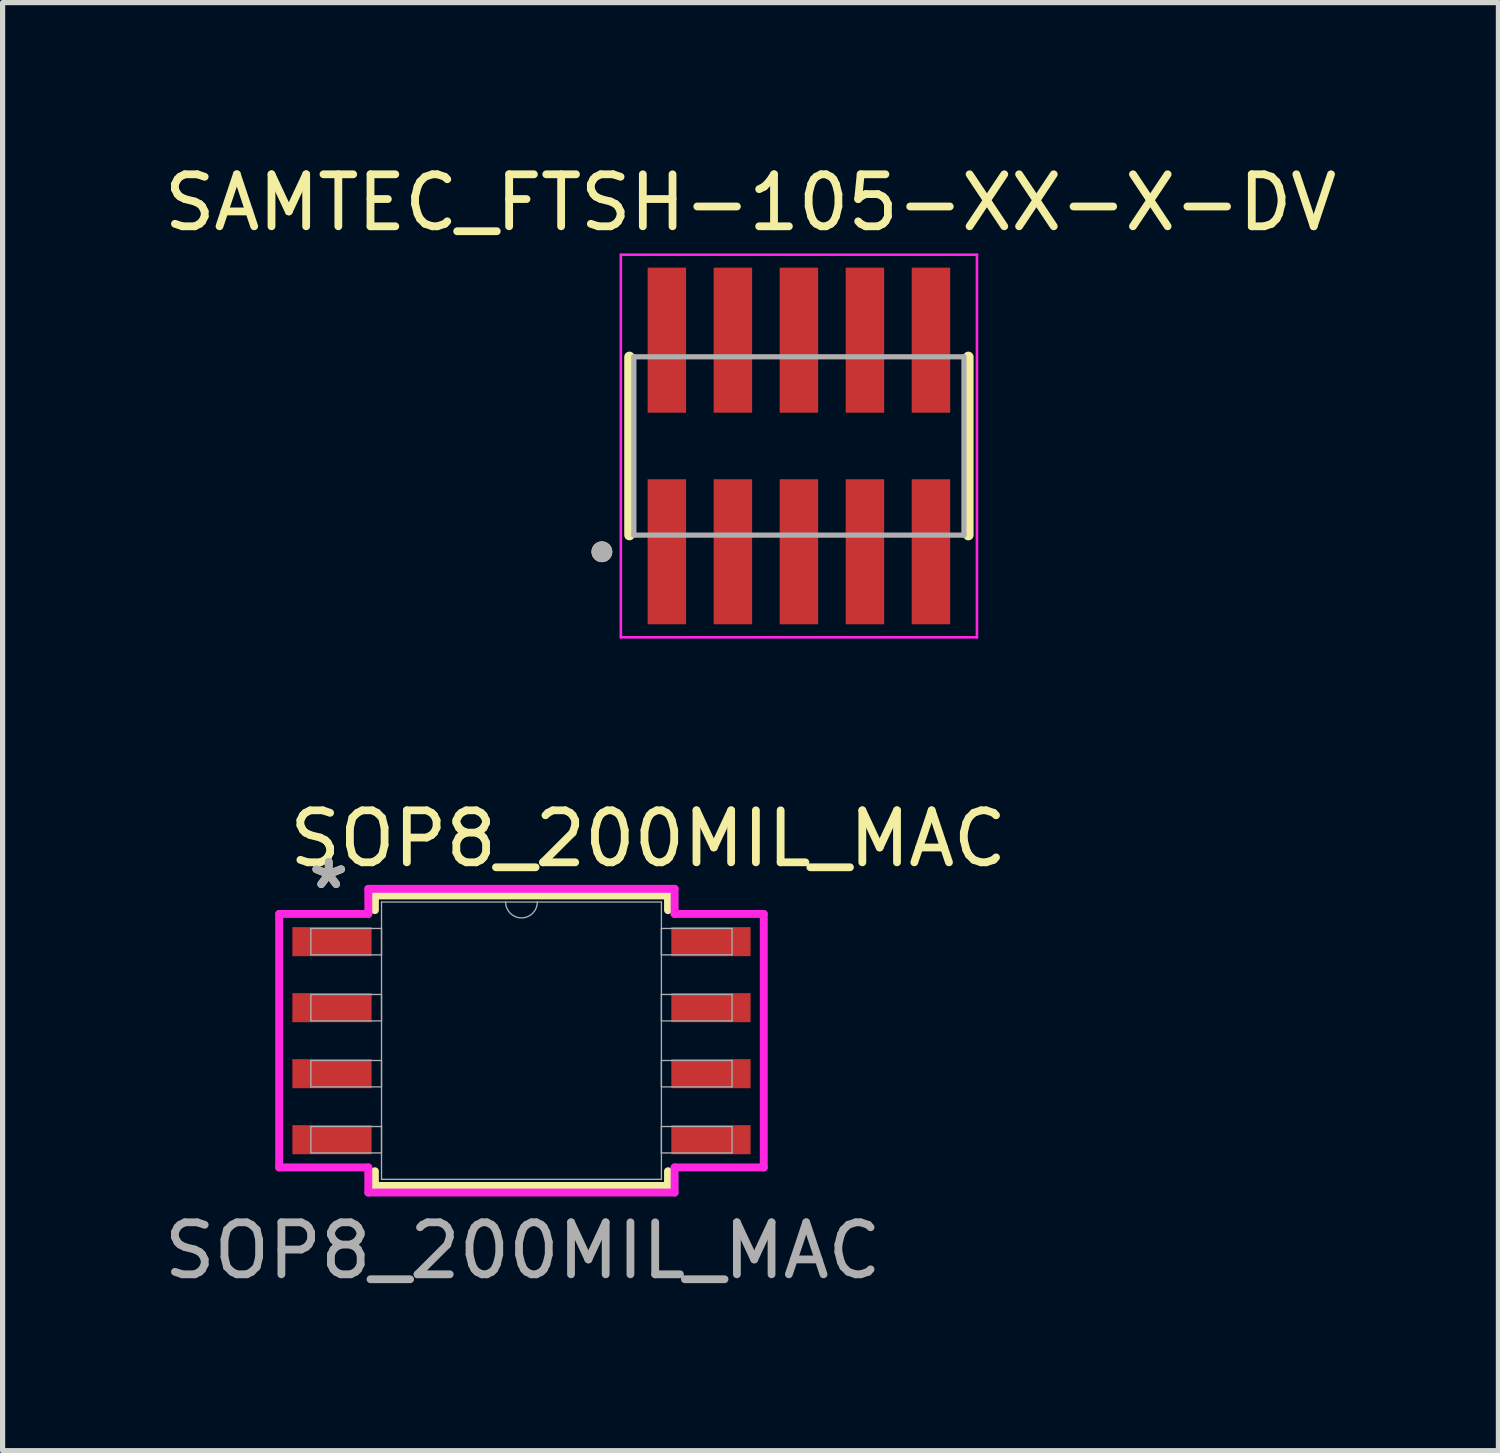
<source format=kicad_pcb>
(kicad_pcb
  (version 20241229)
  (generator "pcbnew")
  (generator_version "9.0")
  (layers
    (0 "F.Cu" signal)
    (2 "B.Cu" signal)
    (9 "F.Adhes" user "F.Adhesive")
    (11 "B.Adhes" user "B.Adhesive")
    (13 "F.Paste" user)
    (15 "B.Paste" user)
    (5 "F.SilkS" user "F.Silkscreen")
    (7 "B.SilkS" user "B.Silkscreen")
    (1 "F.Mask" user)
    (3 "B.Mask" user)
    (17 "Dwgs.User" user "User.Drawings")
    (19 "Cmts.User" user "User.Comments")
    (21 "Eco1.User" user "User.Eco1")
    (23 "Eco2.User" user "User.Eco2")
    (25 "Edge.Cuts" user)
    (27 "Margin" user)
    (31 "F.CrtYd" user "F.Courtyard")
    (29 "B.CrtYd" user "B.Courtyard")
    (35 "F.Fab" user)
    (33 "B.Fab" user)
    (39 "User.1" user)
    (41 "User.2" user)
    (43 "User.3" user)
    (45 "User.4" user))
  (footprint "SAMTEC_FTSH-105-XX-X-DV"
    (layer "F.Cu")
    (at 12.318 5.529)
    (property "Reference" "SAMTEC_FTSH-105-XX-X-DV" (at -0.931 -4.681 0) (layer "F.SilkS") (effects (font (size 1 1) (thickness 0.15))))
    (attr smd)
    (fp_line (start -3.26 -1.715) (end -3.26 1.715) (stroke (width 0.2) (type solid)) (layer "F.SilkS"))
    (fp_line (start 3.26 1.715) (end 3.26 -1.715) (stroke (width 0.2) (type solid)) (layer "F.SilkS"))
    (fp_circle (center -3.79 2.035) (end -3.69 2.035) (stroke (width 0.2) (type solid)) (fill no) (layer "F.SilkS"))
    (fp_line (start -3.425 -3.68) (end 3.425 -3.68) (stroke (width 0.05) (type solid)) (layer "F.CrtYd"))
    (fp_line (start -3.425 3.68) (end -3.425 -3.68) (stroke (width 0.05) (type solid)) (layer "F.CrtYd"))
    (fp_line (start 3.425 -3.68) (end 3.425 3.68) (stroke (width 0.05) (type solid)) (layer "F.CrtYd"))
    (fp_line (start 3.425 3.68) (end -3.425 3.68) (stroke (width 0.05) (type solid)) (layer "F.CrtYd"))
    (fp_line (start -3.175 1.715) (end -3.175 -1.715) (stroke (width 0.1) (type solid)) (layer "F.Fab"))
    (fp_line (start -3.175 1.715) (end 3.175 1.715) (stroke (width 0.1) (type solid)) (layer "F.Fab"))
    (fp_line (start 3.175 -1.715) (end -3.175 -1.715) (stroke (width 0.1) (type solid)) (layer "F.Fab"))
    (fp_line (start 3.175 1.715) (end 3.175 -1.715) (stroke (width 0.1) (type solid)) (layer "F.Fab"))
    (fp_circle (center -3.79 2.035) (end -3.69 2.035) (stroke (width 0.2) (type solid)) (fill no) (layer "F.Fab"))
    (pad "1" smd rect (at -2.54 2.035) (size 0.74 2.79) (layers "F.Cu" "F.Mask" "F.Paste"))
    (pad "2" smd rect (at -2.54 -2.035) (size 0.74 2.79) (layers "F.Cu" "F.Mask" "F.Paste"))
    (pad "3" smd rect (at -1.27 2.035) (size 0.74 2.79) (layers "F.Cu" "F.Mask" "F.Paste"))
    (pad "4" smd rect (at -1.27 -2.035) (size 0.74 2.79) (layers "F.Cu" "F.Mask" "F.Paste"))
    (pad "5" smd rect (at 0 2.035) (size 0.74 2.79) (layers "F.Cu" "F.Mask" "F.Paste"))
    (pad "6" smd rect (at 0 -2.035) (size 0.74 2.79) (layers "F.Cu" "F.Mask" "F.Paste"))
    (pad "7" smd rect (at 1.27 2.035) (size 0.74 2.79) (layers "F.Cu" "F.Mask" "F.Paste"))
    (pad "8" smd rect (at 1.27 -2.035) (size 0.74 2.79) (layers "F.Cu" "F.Mask" "F.Paste"))
    (pad "9" smd rect (at 2.54 2.035) (size 0.74 2.79) (layers "F.Cu" "F.Mask" "F.Paste"))
    (pad "10" smd rect (at 2.54 -2.035) (size 0.74 2.79) (layers "F.Cu" "F.Mask" "F.Paste")))
  (footprint "SOP8_200MIL_MAC"
    (layer "F.Cu")
    (at 6.981 16.969)
    (property "Reference" "SOP8_200MIL_MAC" (at 2.438 -3.886 0) (unlocked yes) (layer "F.SilkS") (effects (font (size 1 1) (thickness 0.15))))
    (attr smd)
    (fp_line (start -2.819 -2.794) (end -2.819 -2.511) (stroke (width 0.152) (type solid)) (layer "F.SilkS"))
    (fp_line (start -2.819 2.511) (end -2.819 2.794) (stroke (width 0.152) (type solid)) (layer "F.SilkS"))
    (fp_line (start -2.819 2.794) (end 2.819 2.794) (stroke (width 0.152) (type solid)) (layer "F.SilkS"))
    (fp_line (start 2.819 -2.794) (end -2.819 -2.794) (stroke (width 0.152) (type solid)) (layer "F.SilkS"))
    (fp_line (start 2.819 -2.511) (end 2.819 -2.794) (stroke (width 0.152) (type solid)) (layer "F.SilkS"))
    (fp_line (start 2.819 2.794) (end 2.819 2.511) (stroke (width 0.152) (type solid)) (layer "F.SilkS"))
    (fp_line (start -4.661 -2.438) (end -2.946 -2.438) (stroke (width 0.152) (type solid)) (layer "F.CrtYd"))
    (fp_line (start -4.661 2.438) (end -4.661 -2.438) (stroke (width 0.152) (type solid)) (layer "F.CrtYd"))
    (fp_line (start -4.661 2.438) (end -2.946 2.438) (stroke (width 0.152) (type solid)) (layer "F.CrtYd"))
    (fp_line (start -2.946 -2.921) (end 2.946 -2.921) (stroke (width 0.152) (type solid)) (layer "F.CrtYd"))
    (fp_line (start -2.946 -2.438) (end -2.946 -2.921) (stroke (width 0.152) (type solid)) (layer "F.CrtYd"))
    (fp_line (start -2.946 2.921) (end -2.946 2.438) (stroke (width 0.152) (type solid)) (layer "F.CrtYd"))
    (fp_line (start 2.946 -2.921) (end 2.946 -2.438) (stroke (width 0.152) (type solid)) (layer "F.CrtYd"))
    (fp_line (start 2.946 2.438) (end 2.946 2.921) (stroke (width 0.152) (type solid)) (layer "F.CrtYd"))
    (fp_line (start 2.946 2.921) (end -2.946 2.921) (stroke (width 0.152) (type solid)) (layer "F.CrtYd"))
    (fp_line (start 4.661 -2.438) (end 2.946 -2.438) (stroke (width 0.152) (type solid)) (layer "F.CrtYd"))
    (fp_line (start 4.661 -2.438) (end 4.661 2.438) (stroke (width 0.152) (type solid)) (layer "F.CrtYd"))
    (fp_line (start 4.661 2.438) (end 2.946 2.438) (stroke (width 0.152) (type solid)) (layer "F.CrtYd"))
    (fp_line (start -4.051 -2.159) (end -4.051 -1.651) (stroke (width 0.025) (type solid)) (layer "F.Fab"))
    (fp_line (start -4.051 -1.651) (end -2.692 -1.651) (stroke (width 0.025) (type solid)) (layer "F.Fab"))
    (fp_line (start -4.051 -0.889) (end -4.051 -0.381) (stroke (width 0.025) (type solid)) (layer "F.Fab"))
    (fp_line (start -4.051 -0.381) (end -2.692 -0.381) (stroke (width 0.025) (type solid)) (layer "F.Fab"))
    (fp_line (start -4.051 0.381) (end -4.051 0.889) (stroke (width 0.025) (type solid)) (layer "F.Fab"))
    (fp_line (start -4.051 0.889) (end -2.692 0.889) (stroke (width 0.025) (type solid)) (layer "F.Fab"))
    (fp_line (start -4.051 1.651) (end -4.051 2.159) (stroke (width 0.025) (type solid)) (layer "F.Fab"))
    (fp_line (start -4.051 2.159) (end -2.692 2.159) (stroke (width 0.025) (type solid)) (layer "F.Fab"))
    (fp_line (start -2.692 -2.667) (end -2.692 2.667) (stroke (width 0.025) (type solid)) (layer "F.Fab"))
    (fp_line (start -2.692 -2.159) (end -4.051 -2.159) (stroke (width 0.025) (type solid)) (layer "F.Fab"))
    (fp_line (start -2.692 -1.651) (end -2.692 -2.159) (stroke (width 0.025) (type solid)) (layer "F.Fab"))
    (fp_line (start -2.692 -0.889) (end -4.051 -0.889) (stroke (width 0.025) (type solid)) (layer "F.Fab"))
    (fp_line (start -2.692 -0.381) (end -2.692 -0.889) (stroke (width 0.025) (type solid)) (layer "F.Fab"))
    (fp_line (start -2.692 0.381) (end -4.051 0.381) (stroke (width 0.025) (type solid)) (layer "F.Fab"))
    (fp_line (start -2.692 0.889) (end -2.692 0.381) (stroke (width 0.025) (type solid)) (layer "F.Fab"))
    (fp_line (start -2.692 1.651) (end -4.051 1.651) (stroke (width 0.025) (type solid)) (layer "F.Fab"))
    (fp_line (start -2.692 2.159) (end -2.692 1.651) (stroke (width 0.025) (type solid)) (layer "F.Fab"))
    (fp_line (start -2.692 2.667) (end 2.692 2.667) (stroke (width 0.025) (type solid)) (layer "F.Fab"))
    (fp_line (start 2.692 -2.667) (end -2.692 -2.667) (stroke (width 0.025) (type solid)) (layer "F.Fab"))
    (fp_line (start 2.692 -2.159) (end 2.692 -1.651) (stroke (width 0.025) (type solid)) (layer "F.Fab"))
    (fp_line (start 2.692 -1.651) (end 4.051 -1.651) (stroke (width 0.025) (type solid)) (layer "F.Fab"))
    (fp_line (start 2.692 -0.889) (end 2.692 -0.381) (stroke (width 0.025) (type solid)) (layer "F.Fab"))
    (fp_line (start 2.692 -0.381) (end 4.051 -0.381) (stroke (width 0.025) (type solid)) (layer "F.Fab"))
    (fp_line (start 2.692 0.381) (end 2.692 0.889) (stroke (width 0.025) (type solid)) (layer "F.Fab"))
    (fp_line (start 2.692 0.889) (end 4.051 0.889) (stroke (width 0.025) (type solid)) (layer "F.Fab"))
    (fp_line (start 2.692 1.651) (end 2.692 2.159) (stroke (width 0.025) (type solid)) (layer "F.Fab"))
    (fp_line (start 2.692 2.159) (end 4.051 2.159) (stroke (width 0.025) (type solid)) (layer "F.Fab"))
    (fp_line (start 2.692 2.667) (end 2.692 -2.667) (stroke (width 0.025) (type solid)) (layer "F.Fab"))
    (fp_line (start 4.051 -2.159) (end 2.692 -2.159) (stroke (width 0.025) (type solid)) (layer "F.Fab"))
    (fp_line (start 4.051 -1.651) (end 4.051 -2.159) (stroke (width 0.025) (type solid)) (layer "F.Fab"))
    (fp_line (start 4.051 -0.889) (end 2.692 -0.889) (stroke (width 0.025) (type solid)) (layer "F.Fab"))
    (fp_line (start 4.051 -0.381) (end 4.051 -0.889) (stroke (width 0.025) (type solid)) (layer "F.Fab"))
    (fp_line (start 4.051 0.381) (end 2.692 0.381) (stroke (width 0.025) (type solid)) (layer "F.Fab"))
    (fp_line (start 4.051 0.889) (end 4.051 0.381) (stroke (width 0.025) (type solid)) (layer "F.Fab"))
    (fp_line (start 4.051 1.651) (end 2.692 1.651) (stroke (width 0.025) (type solid)) (layer "F.Fab"))
    (fp_line (start 4.051 2.159) (end 4.051 1.651) (stroke (width 0.025) (type solid)) (layer "F.Fab"))
    (fp_arc (start 0.3048 -2.667) (mid 0 -2.3622) (end -0.3048 -2.667) (stroke (width 0.0254) (type solid)) (layer "F.Fab"))
    (fp_text user "*" (at -3.708 -2.896 0) (unlocked yes) (layer "F.SilkS") (effects (font (size 1 1) (thickness 0.15))))
    (fp_text user "${REFERENCE}" (at 0.025 4.039 0) (unlocked yes) (layer "F.Fab") (effects (font (size 1 1) (thickness 0.15))))
    (fp_text user "*" (at -3.708 -2.896 0) (unlocked yes) (layer "F.Fab") (effects (font (size 1 1) (thickness 0.15))))
    (pad "1" smd rect (at -3.645 -1.905) (size 1.524 0.559) (layers "F.Cu" "F.Mask" "F.Paste"))
    (pad "2" smd rect (at -3.645 -0.635) (size 1.524 0.559) (layers "F.Cu" "F.Mask" "F.Paste"))
    (pad "3" smd rect (at -3.645 0.635) (size 1.524 0.559) (layers "F.Cu" "F.Mask" "F.Paste"))
    (pad "4" smd rect (at -3.645 1.905) (size 1.524 0.559) (layers "F.Cu" "F.Mask" "F.Paste"))
    (pad "5" smd rect (at 3.645 1.905) (size 1.524 0.559) (layers "F.Cu" "F.Mask" "F.Paste"))
    (pad "6" smd rect (at 3.645 0.635) (size 1.524 0.559) (layers "F.Cu" "F.Mask" "F.Paste"))
    (pad "7" smd rect (at 3.645 -0.635) (size 1.524 0.559) (layers "F.Cu" "F.Mask" "F.Paste"))
    (pad "8" smd rect (at 3.645 -1.905) (size 1.524 0.559) (layers "F.Cu" "F.Mask" "F.Paste")))
  (gr_rect
    (start -3 -3)
    (end 25.774 24.856)
    (stroke (width 0.1) (type default))
    (fill no)
    (layer "Edge.Cuts")))
</source>
